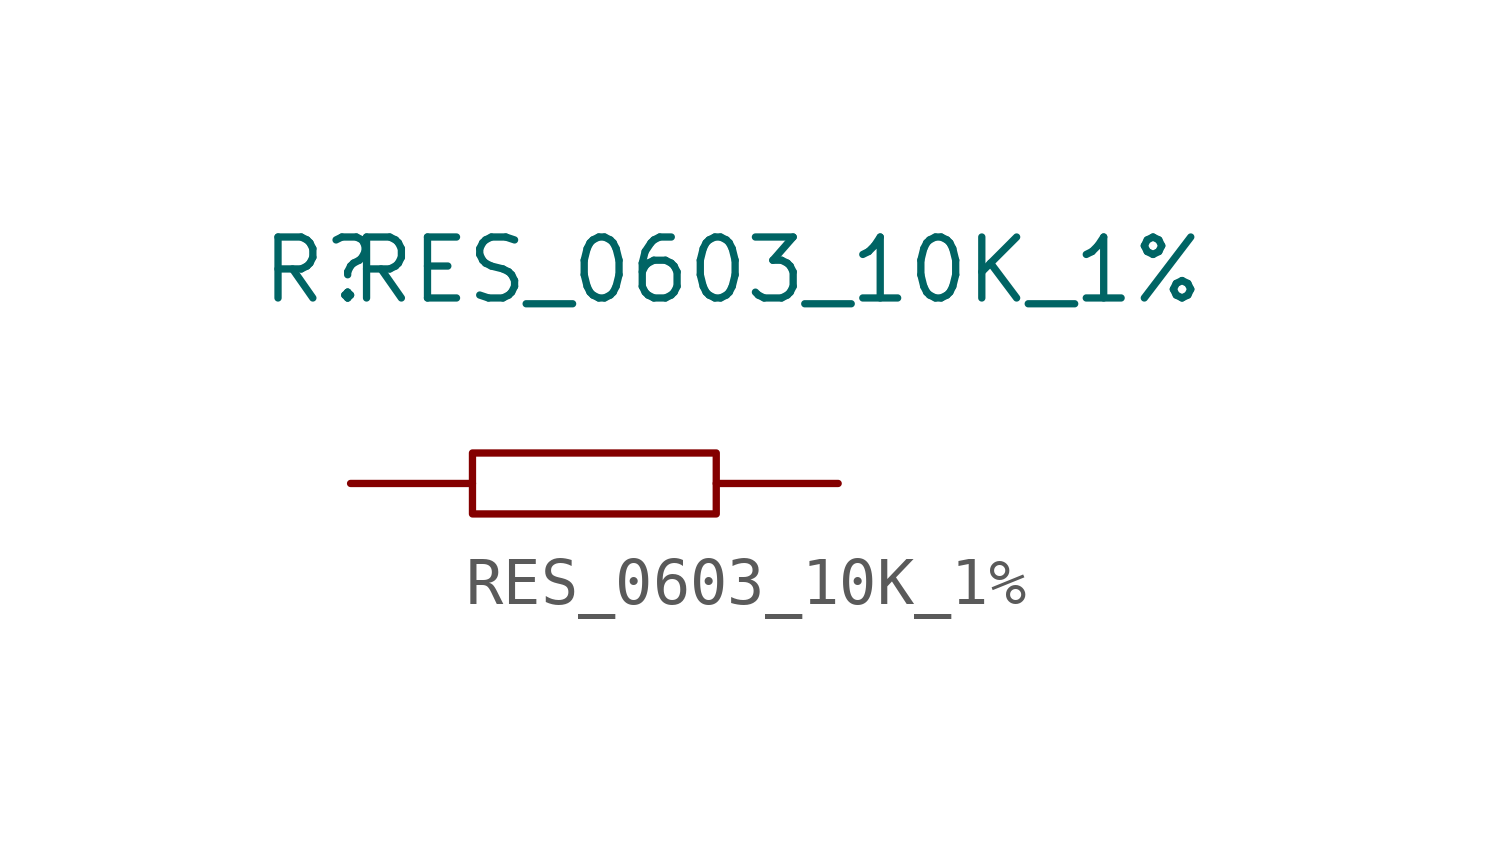
<source format=kicad_sym>
(kicad_symbol_lib
  (version 20211014)
  (generator kicad_symbol_editor)
  (symbol "RES_0603_10K_1%"
    (pin_numbers hide)
    (pin_names hide)
    (property "Reference" "R"
      (at -5.715 4.445 0)
      (effects (font (size 1.27 1.27))))
    (property "Value" "RES_0603_10K_1%"
      (at 3.81 4.445 0)
      (effects (font (size 1.27 1.27))))
    (symbol "RES_0603_10K_1%_0_1"
      (rectangle (start -2.54 0.635) (end 2.54 -0.635) (stroke (width 0) (type default) (color 0 0 0 0)) (fill (type none))))
    (symbol "RES_0603_10K_1%_1_1"
      (pin passive line (at -5.08 0 0) (length 2.54) (name "1" (effects (font (size 1.27 1.27)))) (number "1" (effects (font (size 1.27 1.27)))))
      (pin passive line (at 5.08 0 180) (length 2.54) (name "2" (effects (font (size 1.27 1.27)))) (number "2" (effects (font (size 1.27 1.27))))))))
</source>
